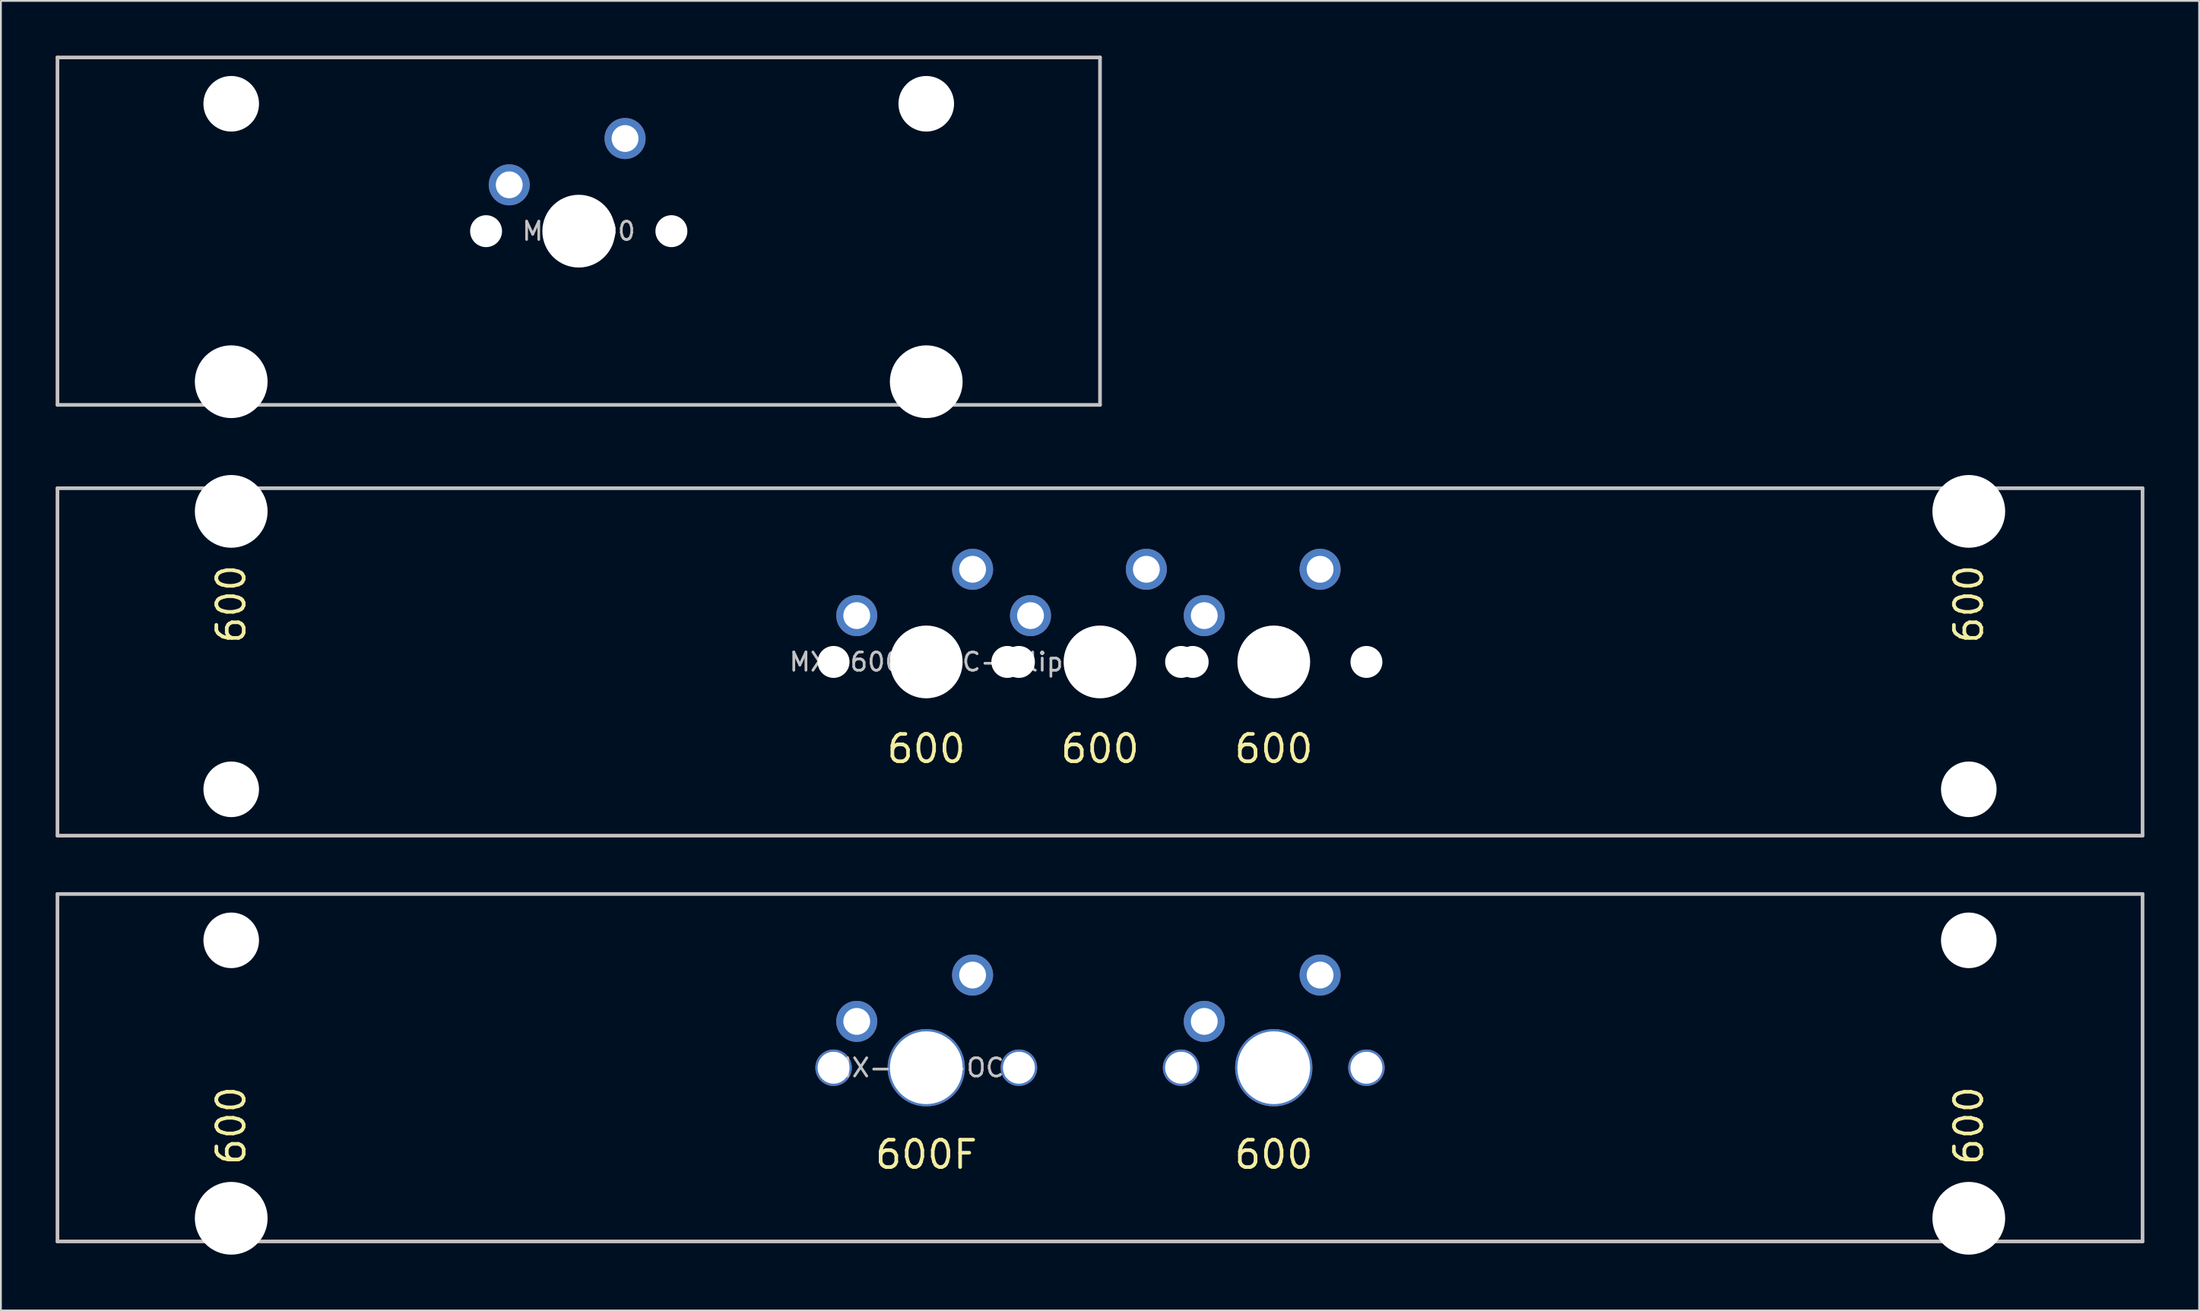
<source format=kicad_pcb>
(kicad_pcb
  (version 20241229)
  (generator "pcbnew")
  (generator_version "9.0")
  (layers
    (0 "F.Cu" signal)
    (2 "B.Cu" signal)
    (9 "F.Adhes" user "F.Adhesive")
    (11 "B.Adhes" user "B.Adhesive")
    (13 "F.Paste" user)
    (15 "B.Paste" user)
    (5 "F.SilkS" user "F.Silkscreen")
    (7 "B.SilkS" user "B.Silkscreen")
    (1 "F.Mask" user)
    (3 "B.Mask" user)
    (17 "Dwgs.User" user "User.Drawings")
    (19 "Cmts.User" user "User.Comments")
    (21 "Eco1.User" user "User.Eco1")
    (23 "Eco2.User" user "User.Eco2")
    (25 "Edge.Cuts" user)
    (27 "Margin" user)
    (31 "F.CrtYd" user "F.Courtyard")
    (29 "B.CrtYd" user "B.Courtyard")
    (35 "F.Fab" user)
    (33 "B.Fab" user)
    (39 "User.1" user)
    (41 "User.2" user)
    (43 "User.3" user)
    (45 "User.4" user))
  (footprint "MX-600-COC-sflip"
    (layer "F.Cu")
    (at 57.25 33.245)
    (property "Reference" "MX-600-COC-sflip" (at -9.525 0 0) (layer "Dwgs.User") (effects (font (size 1 1) (thickness 0.15))))
    (attr through_hole)
    (fp_line (start -57.15 -9.525) (end 57.15 -9.525) (stroke (width 0.2) (type solid)) (layer "Dwgs.User"))
    (fp_line (start -57.15 9.525) (end -57.15 -9.525) (stroke (width 0.2) (type solid)) (layer "Dwgs.User"))
    (fp_line (start -57.15 9.525) (end 57.15 9.525) (stroke (width 0.2) (type solid)) (layer "Dwgs.User"))
    (fp_line (start 57.15 -9.525) (end 57.15 9.525) (stroke (width 0.2) (type solid)) (layer "Dwgs.User"))
    (fp_line (start -51.055 -10.25) (end -51.055 8.95) (stroke (width 0.12) (type solid)) (layer "Eco1.User"))
    (fp_line (start -51.055 8.95) (end -44.195 8.95) (stroke (width 0.12) (type solid)) (layer "Eco1.User"))
    (fp_line (start -44.195 -7) (end -16.525 -7) (stroke (width 0.12) (type solid)) (layer "Eco1.User"))
    (fp_line (start -44.195 8.95) (end -44.195 -7) (stroke (width 0.12) (type solid)) (layer "Eco1.User"))
    (fp_line (start -16.525 7) (end -16.525 -7) (stroke (width 0.12) (type solid)) (layer "Eco1.User"))
    (fp_line (start 16.525 -7) (end 44.195 -7) (stroke (width 0.12) (type solid)) (layer "Eco1.User"))
    (fp_line (start 16.525 7) (end -16.525 7) (stroke (width 0.12) (type solid)) (layer "Eco1.User"))
    (fp_line (start 16.525 7) (end 16.525 -7) (stroke (width 0.12) (type solid)) (layer "Eco1.User"))
    (fp_line (start 44.195 -7) (end 44.195 8.95) (stroke (width 0.12) (type solid)) (layer "Eco1.User"))
    (fp_line (start 44.195 8.95) (end 51.055 8.95) (stroke (width 0.12) (type solid)) (layer "Eco1.User"))
    (fp_line (start 51.055 -10.25) (end -51.055 -10.25) (stroke (width 0.12) (type solid)) (layer "Eco1.User"))
    (fp_line (start 51.055 8.95) (end 51.055 -10.25) (stroke (width 0.12) (type solid)) (layer "Eco1.User"))
    (fp_circle (center -47.625 6.985) (end -50.125 6.985) (stroke (width 0.12) (type solid)) (fill no) (layer "Eco2.User"))
    (fp_circle (center 47.625 6.985) (end 45.125 6.985) (stroke (width 0.12) (type solid)) (fill no) (layer "Eco2.User"))
    (fp_text user "600" (at 47.625 -3.175 270) (layer "F.SilkS") (effects (font (size 1.5 1.5) (thickness 0.2))))
    (fp_text user "600" (at 9.525 4.763 0) (layer "F.SilkS") (effects (font (size 1.5 1.5) (thickness 0.2))))
    (fp_text user "600" (at 0 4.763 0) (layer "F.SilkS") (effects (font (size 1.5 1.5) (thickness 0.2))))
    (fp_text user "600" (at -47.625 -3.175 270) (layer "F.SilkS") (effects (font (size 1.5 1.5) (thickness 0.2))))
    (fp_text user "600" (at -9.525 4.763 0) (layer "F.SilkS") (effects (font (size 1.5 1.5) (thickness 0.2))))
    (pad "" np_thru_hole circle (at -47.625 -8.255 180) (size 3.988 3.988) (drill 3.988) (layers "*.Cu" "*.Mask"))
    (pad "" np_thru_hole circle (at -47.625 6.985 180) (size 3.048 3.048) (drill 3.048) (layers "*.Cu" "*.Mask"))
    (pad "" np_thru_hole circle (at -14.605 0) (size 1.75 1.75) (drill 1.75) (layers "*.Cu" "*.Mask"))
    (pad "" np_thru_hole circle (at -9.525 0) (size 3.988 3.988) (drill 3.988) (layers "*.Cu" "*.Mask"))
    (pad "" np_thru_hole circle (at -5.08 0) (size 1.75 1.75) (drill 1.75) (layers "*.Cu" "*.Mask"))
    (pad "" np_thru_hole circle (at -4.445 0) (size 1.75 1.75) (drill 1.75) (layers "*.Cu" "*.Mask"))
    (pad "" np_thru_hole circle (at 0 0) (size 3.988 3.988) (drill 3.988) (layers "*.Cu" "*.Mask"))
    (pad "" np_thru_hole circle (at 4.445 0) (size 1.75 1.75) (drill 1.75) (layers "*.Cu" "*.Mask"))
    (pad "" np_thru_hole circle (at 5.08 0) (size 1.75 1.75) (drill 1.75) (layers "*.Cu" "*.Mask"))
    (pad "" np_thru_hole circle (at 9.525 0) (size 3.988 3.988) (drill 3.988) (layers "*.Cu" "*.Mask"))
    (pad "" np_thru_hole circle (at 14.605 0) (size 1.75 1.75) (drill 1.75) (layers "*.Cu" "*.Mask"))
    (pad "" np_thru_hole circle (at 47.625 -8.255 180) (size 3.988 3.988) (drill 3.988) (layers "*.Cu" "*.Mask"))
    (pad "" np_thru_hole circle (at 47.625 6.985 180) (size 3.048 3.048) (drill 3.048) (layers "*.Cu" "*.Mask"))
    (pad "1" thru_hole circle (at -6.985 -5.08) (size 2.25 2.25) (drill 1.47) (layers "*.Cu" "B.Mask"))
    (pad "1" thru_hole circle (at 2.54 -5.08) (size 2.25 2.25) (drill 1.47) (layers "*.Cu" "B.Mask"))
    (pad "1" thru_hole circle (at 12.065 -5.08) (size 2.25 2.25) (drill 1.47) (layers "*.Cu" "B.Mask"))
    (pad "2" thru_hole circle (at -13.335 -2.54) (size 2.25 2.25) (drill 1.47) (layers "*.Cu" "B.Mask"))
    (pad "2" thru_hole circle (at -3.81 -2.54) (size 2.25 2.25) (drill 1.47) (layers "*.Cu" "B.Mask"))
    (pad "2" thru_hole circle (at 5.715 -2.54) (size 2.25 2.25) (drill 1.47) (layers "*.Cu" "B.Mask")))
  (footprint "MX-600-OC2"
    (layer "F.Cu")
    (at 57.25 55.495)
    (property "Reference" "MX-600-OC2" (at -9.525 0 0) (layer "Dwgs.User") (effects (font (size 1 1) (thickness 0.15))))
    (attr through_hole)
    (fp_line (start -57.15 9.525) (end -57.15 -9.525) (stroke (width 0.2) (type solid)) (layer "Dwgs.User"))
    (fp_line (start 57.15 -9.525) (end -57.15 -9.525) (stroke (width 0.2) (type solid)) (layer "Dwgs.User"))
    (fp_line (start 57.15 -9.525) (end 57.15 9.525) (stroke (width 0.2) (type solid)) (layer "Dwgs.User"))
    (fp_line (start 57.15 9.525) (end -57.15 9.525) (stroke (width 0.2) (type solid)) (layer "Dwgs.User"))
    (fp_line (start -51.055 -8.95) (end -51.055 10.25) (stroke (width 0.12) (type solid)) (layer "Eco1.User"))
    (fp_line (start -51.055 10.25) (end 51.055 10.25) (stroke (width 0.12) (type solid)) (layer "Eco1.User"))
    (fp_line (start -44.195 -8.95) (end -51.055 -8.95) (stroke (width 0.12) (type solid)) (layer "Eco1.User"))
    (fp_line (start -44.195 7) (end -44.195 -8.95) (stroke (width 0.12) (type solid)) (layer "Eco1.User"))
    (fp_line (start -16.525 -7) (end -16.525 7) (stroke (width 0.12) (type solid)) (layer "Eco1.User"))
    (fp_line (start -16.525 -7) (end -2.525 -7) (stroke (width 0.12) (type solid)) (layer "Eco1.User"))
    (fp_line (start -16.525 7) (end -44.195 7) (stroke (width 0.12) (type solid)) (layer "Eco1.User"))
    (fp_line (start -2.525 -7) (end -2.525 7) (stroke (width 0.12) (type solid)) (layer "Eco1.User"))
    (fp_line (start -2.525 7) (end 2.525 7) (stroke (width 0.12) (type solid)) (layer "Eco1.User"))
    (fp_line (start 2.525 -7) (end 2.525 7) (stroke (width 0.12) (type solid)) (layer "Eco1.User"))
    (fp_line (start 2.525 -7) (end 16.525 -7) (stroke (width 0.12) (type solid)) (layer "Eco1.User"))
    (fp_line (start 16.525 -7) (end 16.525 7) (stroke (width 0.12) (type solid)) (layer "Eco1.User"))
    (fp_line (start 44.195 -8.95) (end 44.195 7) (stroke (width 0.12) (type solid)) (layer "Eco1.User"))
    (fp_line (start 44.195 7) (end 16.525 7) (stroke (width 0.12) (type solid)) (layer "Eco1.User"))
    (fp_line (start 51.055 -8.95) (end 44.195 -8.95) (stroke (width 0.12) (type solid)) (layer "Eco1.User"))
    (fp_line (start 51.055 10.25) (end 51.055 -8.95) (stroke (width 0.12) (type solid)) (layer "Eco1.User"))
    (fp_circle (center -47.625 -6.985) (end -45.125 -6.985) (stroke (width 0.12) (type solid)) (fill no) (layer "Eco2.User"))
    (fp_circle (center 47.625 -6.985) (end 50.125 -6.985) (stroke (width 0.12) (type solid)) (fill no) (layer "Eco2.User"))
    (fp_text user "600" (at -47.625 3.175 90) (layer "F.SilkS") (effects (font (size 1.5 1.5) (thickness 0.2))))
    (fp_text user "600" (at 47.625 3.175 90) (layer "F.SilkS") (effects (font (size 1.5 1.5) (thickness 0.2))))
    (fp_text user "600" (at 9.525 4.763 0) (layer "F.SilkS") (effects (font (size 1.5 1.5) (thickness 0.2))))
    (fp_text user "600F" (at -9.525 4.763 0) (layer "F.SilkS") (effects (font (size 1.5 1.5) (thickness 0.2))))
    (pad "" np_thru_hole circle (at -47.625 -6.985) (size 3.048 3.048) (drill 3.048) (layers "*.Cu" "*.Mask"))
    (pad "" np_thru_hole circle (at -47.625 8.255) (size 3.988 3.988) (drill 3.988) (layers "*.Cu" "*.Mask"))
    (pad "" thru_hole circle (at -14.605 0) (size 2 2) (drill 1.75) (layers "*.Cu"))
    (pad "" thru_hole circle (at -9.525 0) (size 4.238 4.238) (drill 3.988) (layers "*.Cu"))
    (pad "" thru_hole circle (at -4.445 0) (size 2 2) (drill 1.75) (layers "*.Cu"))
    (pad "" thru_hole circle (at 4.445 0) (size 2 2) (drill 1.75) (layers "*.Cu"))
    (pad "" thru_hole circle (at 9.525 0) (size 4.238 4.238) (drill 3.988) (layers "*.Cu"))
    (pad "" thru_hole circle (at 14.605 0) (size 2 2) (drill 1.75) (layers "*.Cu"))
    (pad "" np_thru_hole circle (at 47.625 -6.985) (size 3.048 3.048) (drill 3.048) (layers "*.Cu" "*.Mask"))
    (pad "" np_thru_hole circle (at 47.625 8.255) (size 3.988 3.988) (drill 3.988) (layers "*.Cu" "*.Mask"))
    (pad "1" thru_hole circle (at -6.985 -5.08) (size 2.25 2.25) (drill 1.47) (layers "*.Cu" "B.Mask"))
    (pad "1" thru_hole circle (at 12.065 -5.08) (size 2.25 2.25) (drill 1.47) (layers "*.Cu" "B.Mask"))
    (pad "2" thru_hole circle (at -13.335 -2.54) (size 2.25 2.25) (drill 1.47) (layers "*.Cu" "B.Mask"))
    (pad "2" thru_hole circle (at 5.715 -2.54) (size 2.25 2.25) (drill 1.47) (layers "*.Cu" "B.Mask")))
  (footprint "MX-300"
    (layer "F.Cu")
    (at 28.675 9.625)
    (property "Reference" "MX-300" (at 0 0 0) (layer "Dwgs.User") (effects (font (size 1 1) (thickness 0.15))))
    (attr through_hole)
    (fp_line (start -28.575 9.525) (end -28.575 -9.525) (stroke (width 0.2) (type solid)) (layer "Dwgs.User"))
    (fp_line (start 28.575 -9.525) (end -28.575 -9.525) (stroke (width 0.2) (type solid)) (layer "Dwgs.User"))
    (fp_line (start 28.575 -9.525) (end 28.575 9.525) (stroke (width 0.2) (type solid)) (layer "Dwgs.User"))
    (fp_line (start 28.575 9.525) (end -28.575 9.525) (stroke (width 0.2) (type solid)) (layer "Dwgs.User"))
    (fp_line (start -22.48 -8.95) (end -22.48 10.25) (stroke (width 0.12) (type solid)) (layer "Eco1.User"))
    (fp_line (start -22.48 10.25) (end 22.48 10.25) (stroke (width 0.12) (type solid)) (layer "Eco1.User"))
    (fp_line (start -15.62 -8.95) (end -22.48 -8.95) (stroke (width 0.12) (type solid)) (layer "Eco1.User"))
    (fp_line (start -15.62 7) (end -15.62 -8.95) (stroke (width 0.12) (type solid)) (layer "Eco1.User"))
    (fp_line (start -7 -7) (end -7 7) (stroke (width 0.12) (type solid)) (layer "Eco1.User"))
    (fp_line (start -7 -7) (end 7 -7) (stroke (width 0.12) (type solid)) (layer "Eco1.User"))
    (fp_line (start -7 7) (end -15.62 7) (stroke (width 0.12) (type solid)) (layer "Eco1.User"))
    (fp_line (start 7 -7) (end 7 7) (stroke (width 0.12) (type solid)) (layer "Eco1.User"))
    (fp_line (start 15.62 -8.95) (end 15.62 7) (stroke (width 0.12) (type solid)) (layer "Eco1.User"))
    (fp_line (start 15.62 7) (end 7 7) (stroke (width 0.12) (type solid)) (layer "Eco1.User"))
    (fp_line (start 22.48 -8.95) (end 15.62 -8.95) (stroke (width 0.12) (type solid)) (layer "Eco1.User"))
    (fp_line (start 22.48 10.25) (end 22.48 -8.95) (stroke (width 0.12) (type solid)) (layer "Eco1.User"))
    (fp_circle (center -19.05 -6.985) (end -16.55 -6.985) (stroke (width 0.12) (type solid)) (fill no) (layer "Eco2.User"))
    (fp_circle (center 19.05 -6.985) (end 21.55 -6.985) (stroke (width 0.12) (type solid)) (fill no) (layer "Eco2.User"))
    (pad "" np_thru_hole circle (at -19.05 -6.985) (size 3.048 3.048) (drill 3.048) (layers "*.Cu" "*.Mask"))
    (pad "" np_thru_hole circle (at -19.05 8.255) (size 3.988 3.988) (drill 3.988) (layers "*.Cu" "*.Mask"))
    (pad "" np_thru_hole circle (at -5.08 0) (size 1.75 1.75) (drill 1.75) (layers "*.Cu" "*.Mask"))
    (pad "" np_thru_hole circle (at 0 0) (size 3.988 3.988) (drill 3.988) (layers "*.Cu" "*.Mask"))
    (pad "" np_thru_hole circle (at 5.08 0) (size 1.75 1.75) (drill 1.75) (layers "*.Cu" "*.Mask"))
    (pad "" np_thru_hole circle (at 19.05 -6.985) (size 3.048 3.048) (drill 3.048) (layers "*.Cu" "*.Mask"))
    (pad "" np_thru_hole circle (at 19.05 8.255) (size 3.988 3.988) (drill 3.988) (layers "*.Cu" "*.Mask"))
    (pad "1" thru_hole circle (at 2.54 -5.08) (size 2.25 2.25) (drill 1.47) (layers "*.Cu" "B.Mask"))
    (pad "2" thru_hole circle (at -3.81 -2.54) (size 2.25 2.25) (drill 1.47) (layers "*.Cu" "B.Mask")))
  (gr_rect
    (start -3 -3)
    (end 117.5 68.805)
    (stroke (width 0.1) (type default))
    (fill no)
    (layer "Edge.Cuts")))
</source>
